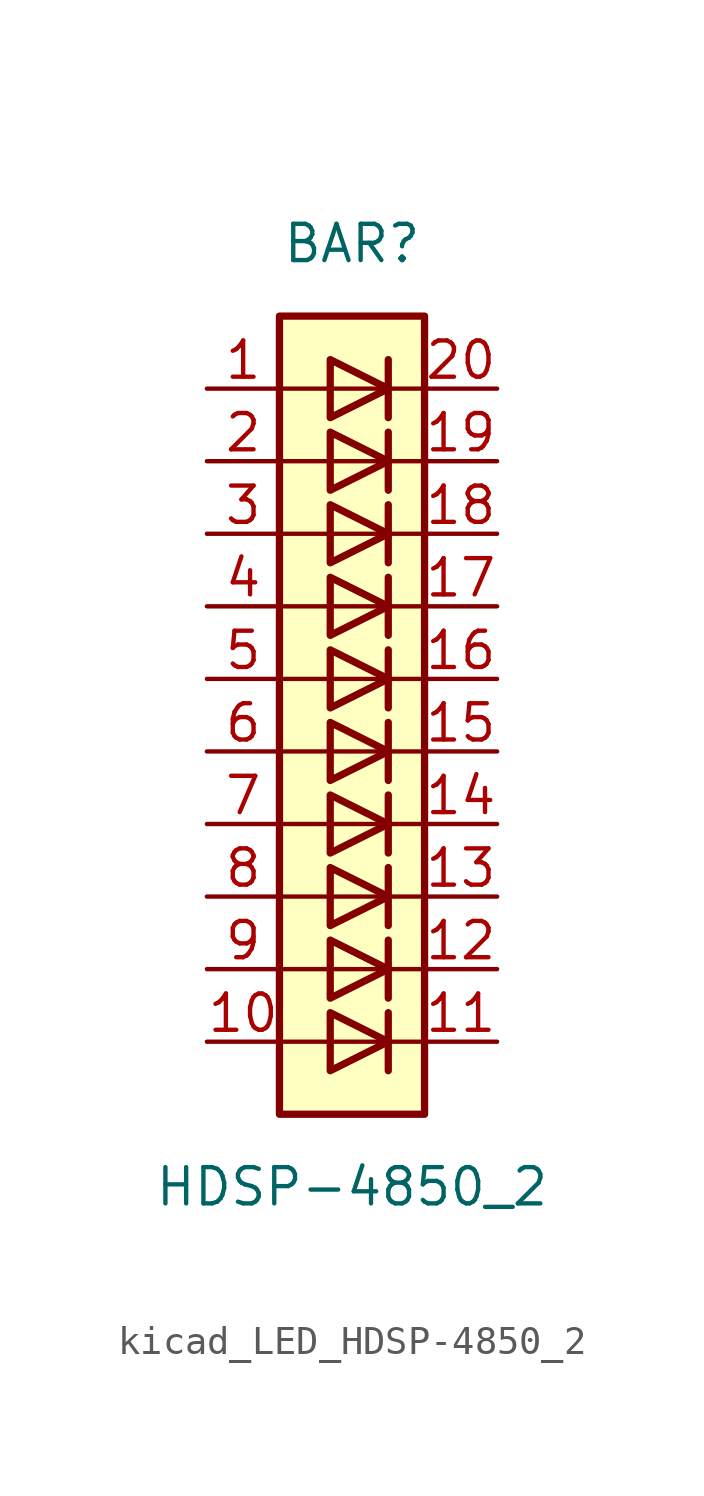
<source format=kicad_sym>
(kicad_symbol_lib
  (version 20220914)
  (generator kicad_symbol_editor)
  (symbol "kicad_LED_HDSP-4850_2"
    (pin_names
      (offset 1.016) hide)
    (property "Reference" "BAR"
      (at 0 15.24 0)
      (effects (font (size 1.27 1.27))))
    (property "Value" "HDSP-4850_2"
      (at 0 -17.78 0)
      (effects (font (size 1.27 1.27))))
    (symbol "kicad_LED_HDSP-4850_2_0_1"
      (rectangle (start -2.54 12.7) (end 2.54 -15.24) (stroke (width 0.254) (type default)) (fill (type background)))
      (polyline (pts (xy -2.54 -12.7) (xy 2.54 -12.7)) (stroke (width 0) (type default)) (fill (type none)))
      (polyline (pts (xy -2.54 -10.16) (xy 2.54 -10.16)) (stroke (width 0) (type default)) (fill (type none)))
      (polyline (pts (xy -2.54 -7.62) (xy 2.54 -7.62)) (stroke (width 0) (type default)) (fill (type none)))
      (polyline (pts (xy -2.54 -5.08) (xy 2.54 -5.08)) (stroke (width 0) (type default)) (fill (type none)))
      (polyline (pts (xy -2.54 0) (xy 2.54 0)) (stroke (width 0) (type default)) (fill (type none)))
      (polyline (pts (xy -2.54 5.08) (xy 2.54 5.08)) (stroke (width 0) (type default)) (fill (type none)))
      (polyline (pts (xy -2.54 7.62) (xy 2.54 7.62)) (stroke (width 0) (type default)) (fill (type none)))
      (polyline (pts (xy -2.54 10.16) (xy 2.54 10.16)) (stroke (width 0) (type default)) (fill (type none)))
      (polyline (pts (xy 1.27 -11.684) (xy 1.27 -13.716)) (stroke (width 0.254) (type default)) (fill (type none)))
      (polyline (pts (xy 1.27 -9.144) (xy 1.27 -11.176)) (stroke (width 0.254) (type default)) (fill (type none)))
      (polyline (pts (xy 1.27 -6.604) (xy 1.27 -8.636)) (stroke (width 0.254) (type default)) (fill (type none)))
      (polyline (pts (xy 1.27 -4.064) (xy 1.27 -6.096)) (stroke (width 0.254) (type default)) (fill (type none)))
      (polyline (pts (xy 1.27 -1.524) (xy 1.27 -3.556)) (stroke (width 0.254) (type default)) (fill (type none)))
      (polyline (pts (xy 1.27 1.016) (xy 1.27 -1.016)) (stroke (width 0.254) (type default)) (fill (type none)))
      (polyline (pts (xy 1.27 3.556) (xy 1.27 1.524)) (stroke (width 0.254) (type default)) (fill (type none)))
      (polyline (pts (xy 1.27 6.096) (xy 1.27 4.064)) (stroke (width 0.254) (type default)) (fill (type none)))
      (polyline (pts (xy 1.27 8.636) (xy 1.27 6.604)) (stroke (width 0.254) (type default)) (fill (type none)))
      (polyline (pts (xy 1.27 11.176) (xy 1.27 9.144)) (stroke (width 0.254) (type default)) (fill (type none)))
      (polyline (pts (xy 2.54 -2.54) (xy -2.54 -2.54)) (stroke (width 0) (type default)) (fill (type none)))
      (polyline (pts (xy 2.54 2.54) (xy -2.54 2.54)) (stroke (width 0) (type default)) (fill (type none)))
      (polyline (pts (xy -0.762 -11.684) (xy -0.762 -13.716) (xy 1.27 -12.7) (xy -0.762 -11.684)) (stroke (width 0.254) (type default)) (fill (type none)))
      (polyline (pts (xy -0.762 -9.144) (xy -0.762 -11.176) (xy 1.27 -10.16) (xy -0.762 -9.144)) (stroke (width 0.254) (type default)) (fill (type none)))
      (polyline (pts (xy -0.762 -6.604) (xy -0.762 -8.636) (xy 1.27 -7.62) (xy -0.762 -6.604)) (stroke (width 0.254) (type default)) (fill (type none)))
      (polyline (pts (xy -0.762 -4.064) (xy -0.762 -6.096) (xy 1.27 -5.08) (xy -0.762 -4.064)) (stroke (width 0.254) (type default)) (fill (type none)))
      (polyline (pts (xy -0.762 -1.524) (xy -0.762 -3.556) (xy 1.27 -2.54) (xy -0.762 -1.524)) (stroke (width 0.254) (type default)) (fill (type none)))
      (polyline (pts (xy -0.762 1.016) (xy -0.762 -1.016) (xy 1.27 0) (xy -0.762 1.016)) (stroke (width 0.254) (type default)) (fill (type none)))
      (polyline (pts (xy -0.762 3.556) (xy -0.762 1.524) (xy 1.27 2.54) (xy -0.762 3.556)) (stroke (width 0.254) (type default)) (fill (type none)))
      (polyline (pts (xy -0.762 6.096) (xy -0.762 4.064) (xy 1.27 5.08) (xy -0.762 6.096)) (stroke (width 0.254) (type default)) (fill (type none)))
      (polyline (pts (xy -0.762 8.636) (xy -0.762 6.604) (xy 1.27 7.62) (xy -0.762 8.636)) (stroke (width 0.254) (type default)) (fill (type none)))
      (polyline (pts (xy -0.762 11.176) (xy -0.762 9.144) (xy 1.27 10.16) (xy -0.762 11.176)) (stroke (width 0.254) (type default)) (fill (type none))))
    (symbol "kicad_LED_HDSP-4850_2_1_1"
      (pin passive line (at -5.08 10.16 0) (length 2.54) (name "A" (effects (font (size 1.27 1.27)))) (number "1" (effects (font (size 1.27 1.27)))))
      (pin passive line (at -5.08 -12.7 0) (length 2.54) (name "A" (effects (font (size 1.27 1.27)))) (number "10" (effects (font (size 1.27 1.27)))))
      (pin passive line (at 5.08 -12.7 180) (length 2.54) (name "K" (effects (font (size 1.27 1.27)))) (number "11" (effects (font (size 1.27 1.27)))))
      (pin passive line (at 5.08 -10.16 180) (length 2.54) (name "K" (effects (font (size 1.27 1.27)))) (number "12" (effects (font (size 1.27 1.27)))))
      (pin passive line (at 5.08 -7.62 180) (length 2.54) (name "K" (effects (font (size 1.27 1.27)))) (number "13" (effects (font (size 1.27 1.27)))))
      (pin passive line (at 5.08 -5.08 180) (length 2.54) (name "K" (effects (font (size 1.27 1.27)))) (number "14" (effects (font (size 1.27 1.27)))))
      (pin passive line (at 5.08 -2.54 180) (length 2.54) (name "K" (effects (font (size 1.27 1.27)))) (number "15" (effects (font (size 1.27 1.27)))))
      (pin passive line (at 5.08 0 180) (length 2.54) (name "K" (effects (font (size 1.27 1.27)))) (number "16" (effects (font (size 1.27 1.27)))))
      (pin passive line (at 5.08 2.54 180) (length 2.54) (name "K" (effects (font (size 1.27 1.27)))) (number "17" (effects (font (size 1.27 1.27)))))
      (pin passive line (at 5.08 5.08 180) (length 2.54) (name "K" (effects (font (size 1.27 1.27)))) (number "18" (effects (font (size 1.27 1.27)))))
      (pin passive line (at 5.08 7.62 180) (length 2.54) (name "K" (effects (font (size 1.27 1.27)))) (number "19" (effects (font (size 1.27 1.27)))))
      (pin passive line (at -5.08 7.62 0) (length 2.54) (name "A" (effects (font (size 1.27 1.27)))) (number "2" (effects (font (size 1.27 1.27)))))
      (pin passive line (at 5.08 10.16 180) (length 2.54) (name "K" (effects (font (size 1.27 1.27)))) (number "20" (effects (font (size 1.27 1.27)))))
      (pin passive line (at -5.08 5.08 0) (length 2.54) (name "A" (effects (font (size 1.27 1.27)))) (number "3" (effects (font (size 1.27 1.27)))))
      (pin passive line (at -5.08 2.54 0) (length 2.54) (name "A" (effects (font (size 1.27 1.27)))) (number "4" (effects (font (size 1.27 1.27)))))
      (pin passive line (at -5.08 0 0) (length 2.54) (name "A" (effects (font (size 1.27 1.27)))) (number "5" (effects (font (size 1.27 1.27)))))
      (pin passive line (at -5.08 -2.54 0) (length 2.54) (name "A" (effects (font (size 1.27 1.27)))) (number "6" (effects (font (size 1.27 1.27)))))
      (pin passive line (at -5.08 -5.08 0) (length 2.54) (name "A" (effects (font (size 1.27 1.27)))) (number "7" (effects (font (size 1.27 1.27)))))
      (pin passive line (at -5.08 -7.62 0) (length 2.54) (name "A" (effects (font (size 1.27 1.27)))) (number "8" (effects (font (size 1.27 1.27)))))
      (pin passive line (at -5.08 -10.16 0) (length 2.54) (name "A" (effects (font (size 1.27 1.27)))) (number "9" (effects (font (size 1.27 1.27))))))))
</source>
